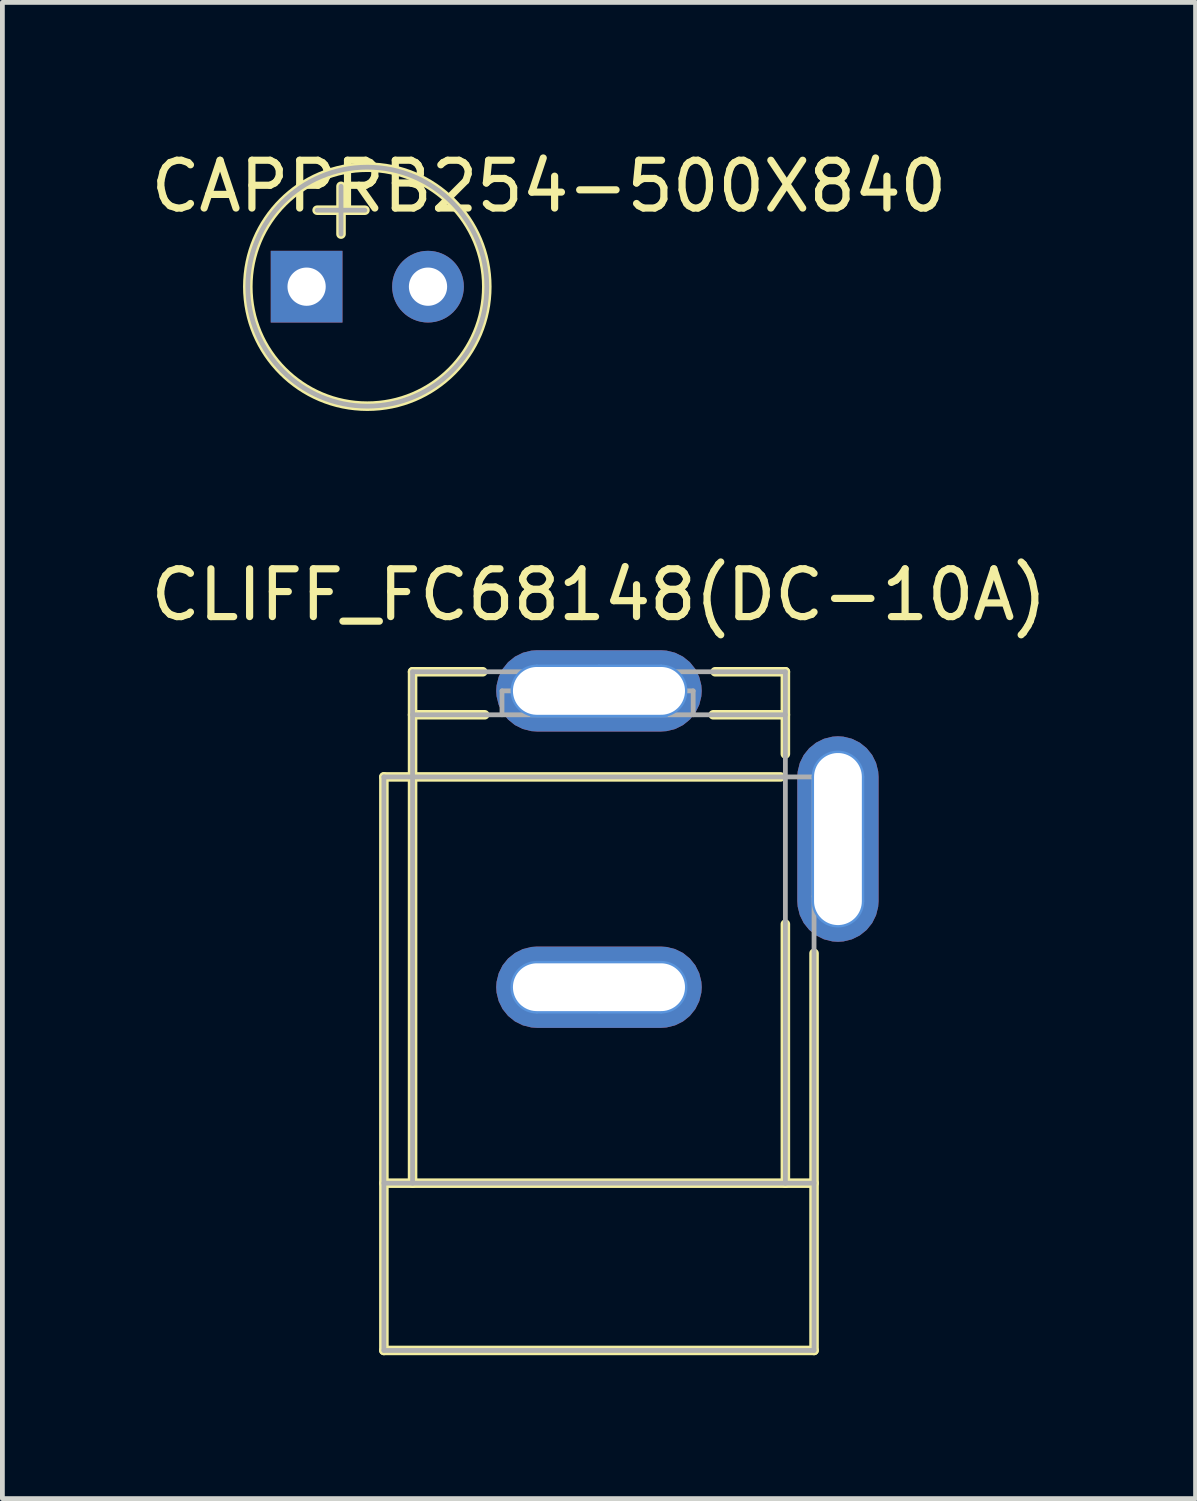
<source format=kicad_pcb>
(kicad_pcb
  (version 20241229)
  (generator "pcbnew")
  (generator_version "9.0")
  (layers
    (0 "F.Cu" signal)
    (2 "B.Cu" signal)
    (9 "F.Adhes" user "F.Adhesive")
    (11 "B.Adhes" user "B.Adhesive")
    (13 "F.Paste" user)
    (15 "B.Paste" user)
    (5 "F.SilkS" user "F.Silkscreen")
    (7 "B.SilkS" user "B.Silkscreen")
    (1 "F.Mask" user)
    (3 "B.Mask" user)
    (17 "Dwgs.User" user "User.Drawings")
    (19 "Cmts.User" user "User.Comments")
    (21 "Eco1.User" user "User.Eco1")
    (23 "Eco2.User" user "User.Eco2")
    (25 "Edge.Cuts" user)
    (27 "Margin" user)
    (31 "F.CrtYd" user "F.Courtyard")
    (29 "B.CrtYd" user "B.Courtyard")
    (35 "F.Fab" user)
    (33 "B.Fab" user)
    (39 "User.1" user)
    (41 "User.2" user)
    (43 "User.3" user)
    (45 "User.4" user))
  (footprint "CLIFF_FC68148(DC-10A)"
    (layer "F.Cu")
    (at 9.482 17.605)
    (property "Reference" "CLIFF_FC68148(DC-10A)" (at 0 -8.209 180) (layer "F.SilkS") (effects (font (size 1 1) (thickness 0.15))))
    (attr through_hole)
    (fp_line (start -4.5 -4.4) (end 3.8 -4.4) (stroke (width 0.2) (type solid)) (layer "F.SilkS"))
    (fp_line (start -4.5 4.1) (end 4.5 4.1) (stroke (width 0.2) (type solid)) (layer "F.SilkS"))
    (fp_line (start -4.5 7.6) (end -4.5 -4.4) (stroke (width 0.2) (type solid)) (layer "F.SilkS"))
    (fp_line (start -4.5 7.6) (end 4.5 7.6) (stroke (width 0.2) (type solid)) (layer "F.SilkS"))
    (fp_line (start -3.9 -6.6) (end -2.431 -6.6) (stroke (width 0.2) (type solid)) (layer "F.SilkS"))
    (fp_line (start -3.9 -5.7) (end -2.391 -5.7) (stroke (width 0.2) (type solid)) (layer "F.SilkS"))
    (fp_line (start -3.9 4.1) (end -3.9 -6.6) (stroke (width 0.2) (type solid)) (layer "F.SilkS"))
    (fp_line (start 2.391 -5.7) (end 3.9 -5.7) (stroke (width 0.2) (type solid)) (layer "F.SilkS"))
    (fp_line (start 2.431 -6.6) (end 3.9 -6.6) (stroke (width 0.2) (type solid)) (layer "F.SilkS"))
    (fp_line (start 3.9 -4.88) (end 3.9 -6.6) (stroke (width 0.2) (type solid)) (layer "F.SilkS"))
    (fp_line (start 3.9 4.1) (end 3.9 -1.32) (stroke (width 0.2) (type solid)) (layer "F.SilkS"))
    (fp_line (start 4.5 7.6) (end 4.5 -0.709) (stroke (width 0.2) (type solid)) (layer "F.SilkS"))
    (fp_line (start -1.5 -0.1) (end 1.5 -0.1) (stroke (width 0.1) (type solid)) (layer "Cmts.User"))
    (fp_line (start -1.5 0.1) (end -1.5 -0.1) (stroke (width 0.1) (type solid)) (layer "Cmts.User"))
    (fp_line (start -1.5 0.1) (end 1.5 0.1) (stroke (width 0.1) (type solid)) (layer "Cmts.User"))
    (fp_line (start -1.4 -6.2) (end 1.4 -6.2) (stroke (width 0.1) (type solid)) (layer "Cmts.User"))
    (fp_line (start -1.4 -5.7) (end -1.4 -6.2) (stroke (width 0.1) (type solid)) (layer "Cmts.User"))
    (fp_line (start -1.4 -5.7) (end 1.4 -5.7) (stroke (width 0.1) (type solid)) (layer "Cmts.User"))
    (fp_line (start -1.3 -6.7) (end 1.3 -6.7) (stroke (width 0.1) (type solid)) (layer "Cmts.User"))
    (fp_line (start -1.3 -5.7) (end 1.3 -5.7) (stroke (width 0.1) (type solid)) (layer "Cmts.User"))
    (fp_line (start -1.3 -0.5) (end 1.3 -0.5) (stroke (width 0.1) (type solid)) (layer "Cmts.User"))
    (fp_line (start -1.3 0.5) (end 1.3 0.5) (stroke (width 0.1) (type solid)) (layer "Cmts.User"))
    (fp_line (start -0.5 -6.2) (end 0 -6.2) (stroke (width 0.1) (type solid)) (layer "Cmts.User"))
    (fp_line (start -0.5 0) (end 0 0) (stroke (width 0.1) (type solid)) (layer "Cmts.User"))
    (fp_line (start 0 -6.2) (end 0 -6.7) (stroke (width 0.1) (type solid)) (layer "Cmts.User"))
    (fp_line (start 0 -6.2) (end 0.5 -6.2) (stroke (width 0.1) (type solid)) (layer "Cmts.User"))
    (fp_line (start 0 -5.7) (end 0 -6.2) (stroke (width 0.1) (type solid)) (layer "Cmts.User"))
    (fp_line (start 0 0) (end 0 -0.5) (stroke (width 0.1) (type solid)) (layer "Cmts.User"))
    (fp_line (start 0 0) (end 0.5 0) (stroke (width 0.1) (type solid)) (layer "Cmts.User"))
    (fp_line (start 0 0.5) (end 0 0) (stroke (width 0.1) (type solid)) (layer "Cmts.User"))
    (fp_line (start 1.4 -5.7) (end 1.4 -6.2) (stroke (width 0.1) (type solid)) (layer "Cmts.User"))
    (fp_line (start 1.5 0.1) (end 1.5 -0.1) (stroke (width 0.1) (type solid)) (layer "Cmts.User"))
    (fp_line (start 4.5 -3.1) (end 5 -3.1) (stroke (width 0.1) (type solid)) (layer "Cmts.User"))
    (fp_line (start 4.5 -1.8) (end 4.5 -4.4) (stroke (width 0.1) (type solid)) (layer "Cmts.User"))
    (fp_line (start 5 -3.1) (end 5 -3.6) (stroke (width 0.1) (type solid)) (layer "Cmts.User"))
    (fp_line (start 5 -3.1) (end 5.5 -3.1) (stroke (width 0.1) (type solid)) (layer "Cmts.User"))
    (fp_line (start 5 -2.6) (end 5 -3.1) (stroke (width 0.1) (type solid)) (layer "Cmts.User"))
    (fp_line (start 5.5 -1.8) (end 5.5 -4.4) (stroke (width 0.1) (type solid)) (layer "Cmts.User"))
    (fp_arc (start -1.3 -5.7) (mid -1.8 -6.2) (end -1.3 -6.7) (stroke (width 0.1) (type solid)) (layer "Cmts.User"))
    (fp_arc (start -1.3 0.5) (mid -1.8 0) (end -1.3 -0.5) (stroke (width 0.1) (type solid)) (layer "Cmts.User"))
    (fp_arc (start 1.3 -6.7) (mid 1.8 -6.2) (end 1.3 -5.7) (stroke (width 0.1) (type solid)) (layer "Cmts.User"))
    (fp_arc (start 1.3 -0.5) (mid 1.8 0) (end 1.3 0.5) (stroke (width 0.1) (type solid)) (layer "Cmts.User"))
    (fp_arc (start 4.5 -4.4) (mid 5 -4.9) (end 5.5 -4.4) (stroke (width 0.1) (type solid)) (layer "Cmts.User"))
    (fp_arc (start 5.5 -1.8) (mid 5 -1.3) (end 4.5 -1.8) (stroke (width 0.1) (type solid)) (layer "Cmts.User"))
    (fp_line (start -4.5 -4.4) (end 5.2 -4.4) (stroke (width 0.1) (type solid)) (layer "F.Fab"))
    (fp_line (start -4.5 4.1) (end 4.5 4.1) (stroke (width 0.1) (type solid)) (layer "F.Fab"))
    (fp_line (start -4.5 7.6) (end -4.5 -4.4) (stroke (width 0.1) (type solid)) (layer "F.Fab"))
    (fp_line (start -4.5 7.6) (end 4.5 7.6) (stroke (width 0.1) (type solid)) (layer "F.Fab"))
    (fp_line (start -3.9 -6.6) (end -1.4 -6.6) (stroke (width 0.1) (type solid)) (layer "F.Fab"))
    (fp_line (start -3.9 -5.7) (end 3.9 -5.7) (stroke (width 0.1) (type solid)) (layer "F.Fab"))
    (fp_line (start -3.9 4.1) (end -3.9 -6.6) (stroke (width 0.1) (type solid)) (layer "F.Fab"))
    (fp_line (start -2.029 -6.2) (end 1.971 -6.2) (stroke (width 0.1) (type solid)) (layer "F.Fab"))
    (fp_line (start -2.029 -5.7) (end -2.029 -6.2) (stroke (width 0.1) (type solid)) (layer "F.Fab"))
    (fp_line (start -1.4 -6.2) (end -1.4 -6.6) (stroke (width 0.1) (type solid)) (layer "F.Fab"))
    (fp_line (start -1.025 -6.5) (end 0.975 -6.5) (stroke (width 0.1) (type solid)) (layer "F.Fab"))
    (fp_line (start 1.4 -6.6) (end 3.9 -6.6) (stroke (width 0.1) (type solid)) (layer "F.Fab"))
    (fp_line (start 1.4 -6.2) (end 1.4 -6.6) (stroke (width 0.1) (type solid)) (layer "F.Fab"))
    (fp_line (start 1.971 -5.7) (end 1.971 -6.2) (stroke (width 0.1) (type solid)) (layer "F.Fab"))
    (fp_line (start 3.9 4.1) (end 3.9 -6.6) (stroke (width 0.1) (type solid)) (layer "F.Fab"))
    (fp_line (start 4.5 -1.9) (end 5.2 -1.9) (stroke (width 0.1) (type solid)) (layer "F.Fab"))
    (fp_line (start 4.5 7.6) (end 4.5 -4.4) (stroke (width 0.1) (type solid)) (layer "F.Fab"))
    (fp_line (start 5 -1.9) (end 5 -4.4) (stroke (width 0.1) (type solid)) (layer "F.Fab"))
    (fp_line (start 5.2 -1.9) (end 5.2 -4.4) (stroke (width 0.1) (type solid)) (layer "F.Fab"))
    (fp_arc (start -1.371594 -6.198711) (mid -1.254621 -6.414149) (end -1.025 -6.5) (stroke (width 0.1) (type solid)) (layer "F.Fab"))
    (fp_arc (start 0.96578 -6.500582) (mid 1.196082 -6.415388) (end 1.314 -6.2) (stroke (width 0.1) (type solid)) (layer "F.Fab"))
    (pad "1" thru_hole roundrect (at 0 -6.2) (size 4.3 1.7) (drill oval 3.6 1) (layers "*.Cu" "*.Mask") (roundrect_rratio 0.5))
    (pad "2" thru_hole roundrect (at 5 -3.1 90) (size 4.3 1.7) (drill oval 3.6 1) (layers "*.Cu" "*.Mask") (roundrect_rratio 0.5))
    (pad "3" thru_hole roundrect (at 0 0 180) (size 4.3 1.7) (drill oval 3.6 1) (layers "*.Cu" "*.Mask") (roundrect_rratio 0.5)))
  (footprint "CAPPRB254-500X840"
    (layer "F.Cu")
    (at 4.635 2.948)
    (property "Reference" "CAPPRB254-500X840" (at 3.8 -2.1 0) (layer "F.SilkS") (effects (font (size 1 1) (thickness 0.15))))
    (attr through_hole)
    (fp_line (start -1.05 -1.6) (end -0.05 -1.6) (stroke (width 0.2) (type solid)) (layer "F.SilkS"))
    (fp_line (start -0.55 -1.1) (end -0.55 -2.1) (stroke (width 0.2) (type solid)) (layer "F.SilkS"))
    (fp_circle (center 0 0) (end 2.5 0) (stroke (width 0.2) (type solid)) (fill no) (layer "F.SilkS"))
    (fp_line (start -1.05 -1.6) (end -0.05 -1.6) (stroke (width 0.1) (type solid)) (layer "F.Fab"))
    (fp_line (start -0.55 -1.1) (end -0.55 -2.1) (stroke (width 0.1) (type solid)) (layer "F.Fab"))
    (fp_circle (center 0 0) (end 2.5 0) (stroke (width 0.1) (type solid)) (fill no) (layer "F.Fab"))
    (pad "1" thru_hole rect (at -1.27 0) (size 1.5 1.5) (drill 0.8) (layers "*.Cu" "*.Mask"))
    (pad "2" thru_hole circle (at 1.27 0) (size 1.5 1.5) (drill 0.8) (layers "*.Cu" "*.Mask")))
  (gr_rect
    (start -3 -3)
    (end 21.964 28.305)
    (stroke (width 0.1) (type default))
    (fill no)
    (layer "Edge.Cuts")))
</source>
